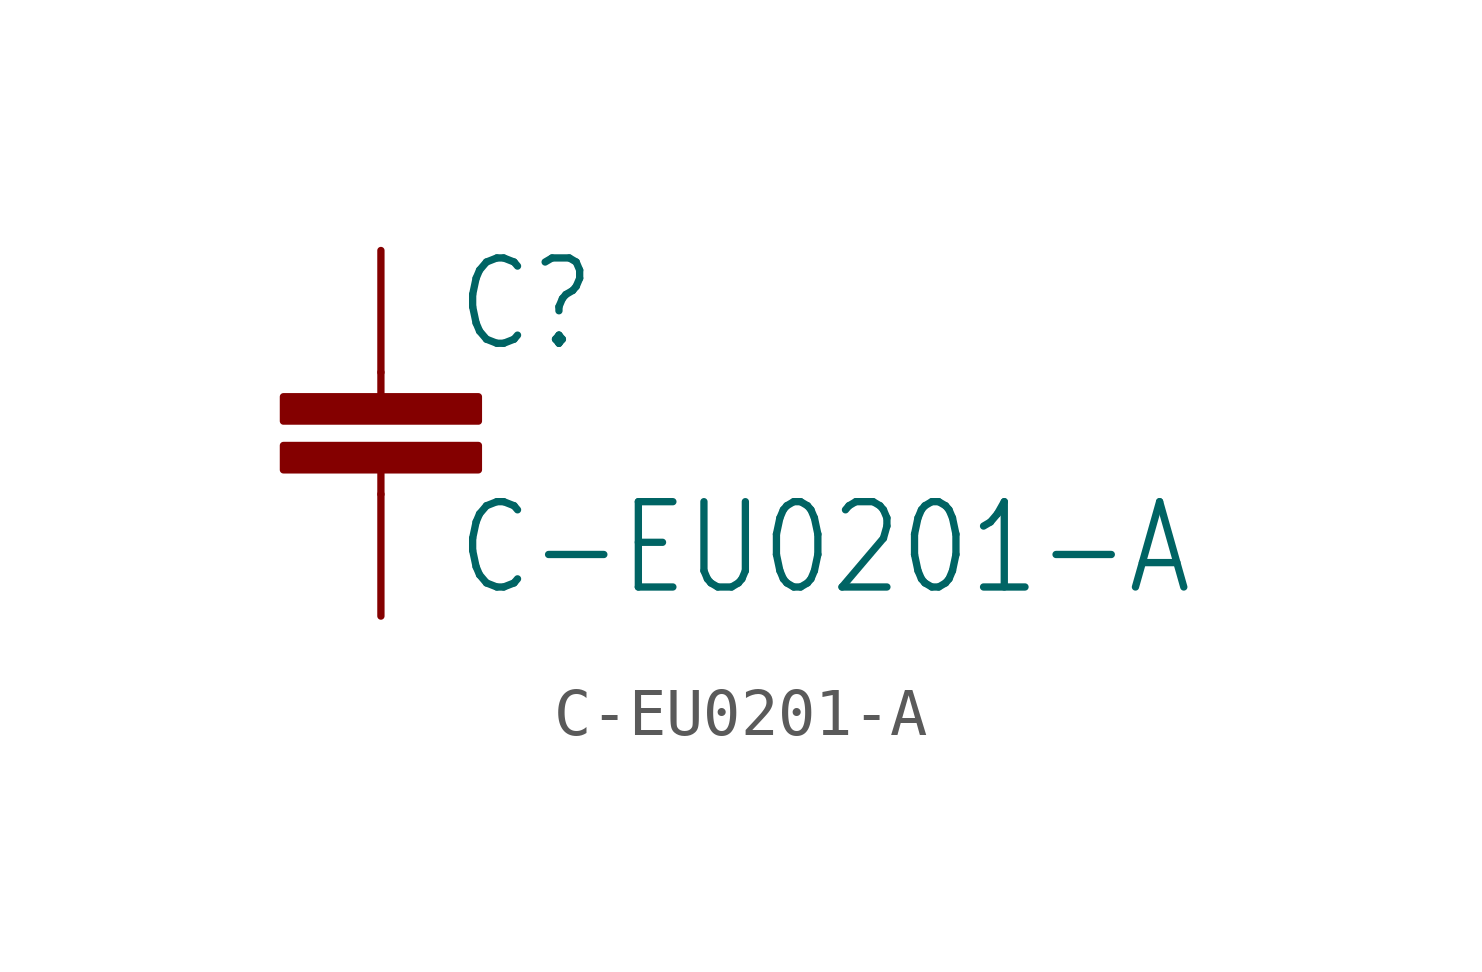
<source format=kicad_sym>
(kicad_symbol_lib
  (version 20211014)
  (generator kicad_symbol_editor)
  (symbol "C-EU0201-A"
    (property "Reference" "C"
      (at 1.524 0.381 0)
      (effects (font (size 1.778 1.511)) (justify left bottom)))
    (property "Value" "C-EU0201-A"
      (at 1.524 -4.699 0)
      (effects (font (size 1.778 1.511)) (justify left bottom)))
    (property "ki_locked" ""
      (at 0 0 0)
      (effects (font (size 1.27 1.27))))
    (symbol "C-EU0201-A_1_0"
      (rectangle (start -2.032 -2.032) (end 2.032 -1.524) (stroke (width 0) (type default) (color 0 0 0 0)) (fill (type outline)))
      (rectangle (start -2.032 -1.016) (end 2.032 -0.508) (stroke (width 0) (type default) (color 0 0 0 0)) (fill (type outline)))
      (polyline (pts (xy 0 -2.54) (xy 0 -2.032)) (stroke (width 0.152) (type default) (color 0 0 0 0)) (fill (type none)))
      (polyline (pts (xy 0 0) (xy 0 -0.508)) (stroke (width 0.152) (type default) (color 0 0 0 0)) (fill (type none)))
      (pin passive line (at 0 2.54 270) (length 2.54) (name "1" (effects (font (size 0 0)))) (number "1" (effects (font (size 0 0)))))
      (pin passive line (at 0 -5.08 90) (length 2.54) (name "2" (effects (font (size 0 0)))) (number "2" (effects (font (size 0 0))))))))
</source>
